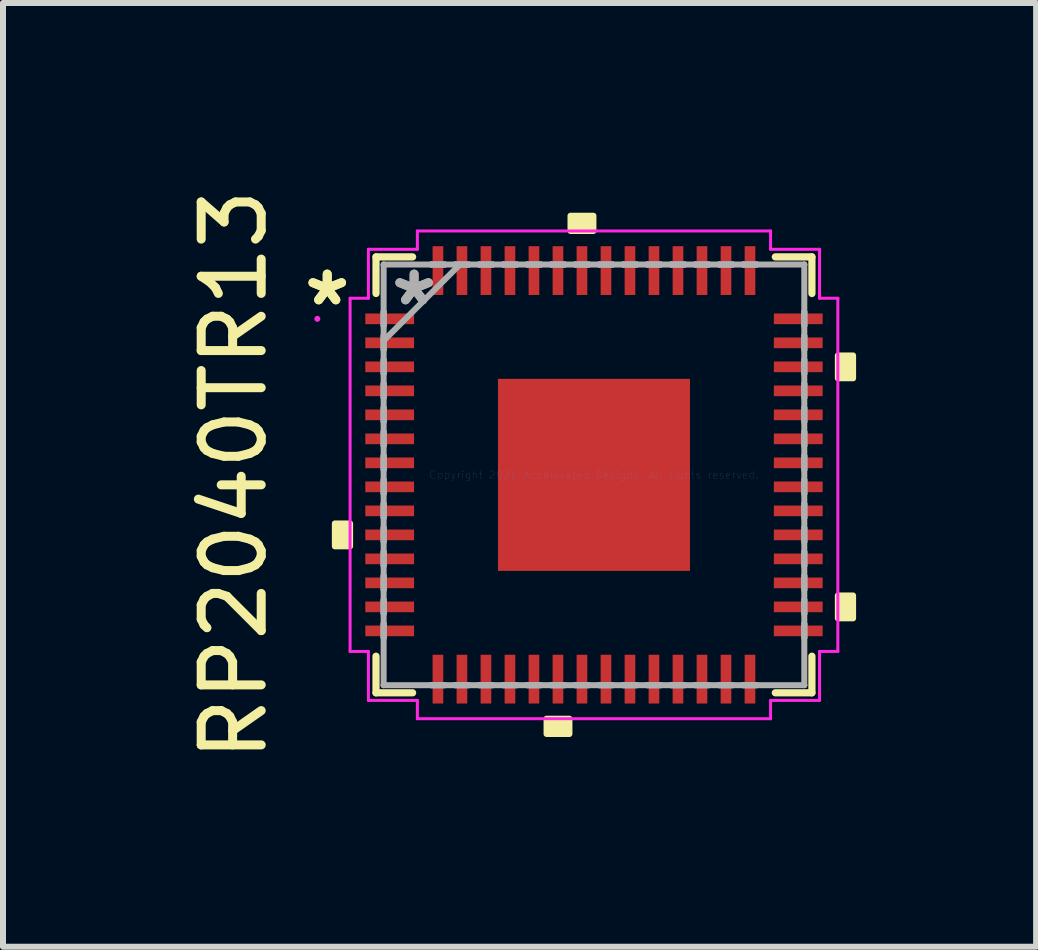
<source format=kicad_pcb>
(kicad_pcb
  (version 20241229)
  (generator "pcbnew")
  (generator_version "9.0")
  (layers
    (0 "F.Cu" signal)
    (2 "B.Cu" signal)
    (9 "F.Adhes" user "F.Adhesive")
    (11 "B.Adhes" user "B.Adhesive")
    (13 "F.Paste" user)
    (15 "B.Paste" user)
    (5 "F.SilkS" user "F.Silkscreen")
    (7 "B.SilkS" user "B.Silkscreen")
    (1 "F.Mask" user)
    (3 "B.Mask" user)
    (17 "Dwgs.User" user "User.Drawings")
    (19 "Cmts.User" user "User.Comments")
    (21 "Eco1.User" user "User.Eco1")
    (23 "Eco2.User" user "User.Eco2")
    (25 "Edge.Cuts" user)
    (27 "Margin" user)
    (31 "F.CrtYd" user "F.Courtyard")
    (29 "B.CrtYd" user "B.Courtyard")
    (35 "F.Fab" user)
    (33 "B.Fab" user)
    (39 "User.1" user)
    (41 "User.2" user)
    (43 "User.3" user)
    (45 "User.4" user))
  (footprint "RP2040TR13"
    (layer "F.Cu")
    (at 6.848 4.863)
    (property "Reference" "RP2040TR13" (at -6 0 90) (layer "F.SilkS") (effects (font (size 1 1) (thickness 0.15))))
    (attr through_hole)
    (fp_line (start -3.632 -3.632) (end -3.632 -3.022) (stroke (width 0.12) (type solid)) (layer "F.SilkS"))
    (fp_line (start -3.632 3.022) (end -3.632 3.632) (stroke (width 0.12) (type solid)) (layer "F.SilkS"))
    (fp_line (start -3.632 3.632) (end -3.022 3.632) (stroke (width 0.12) (type solid)) (layer "F.SilkS"))
    (fp_line (start -3.022 -3.632) (end -3.632 -3.632) (stroke (width 0.12) (type solid)) (layer "F.SilkS"))
    (fp_line (start 3.022 3.632) (end 3.632 3.632) (stroke (width 0.12) (type solid)) (layer "F.SilkS"))
    (fp_line (start 3.632 -3.632) (end 3.022 -3.632) (stroke (width 0.12) (type solid)) (layer "F.SilkS"))
    (fp_line (start 3.632 -3.022) (end 3.632 -3.632) (stroke (width 0.12) (type solid)) (layer "F.SilkS"))
    (fp_line (start 3.632 3.632) (end 3.632 3.022) (stroke (width 0.12) (type solid)) (layer "F.SilkS"))
    (fp_poly (pts (xy -4.318 0.81) (xy -4.318 1.191) (xy -4.064 1.191) (xy -4.064 0.81)) (stroke (width 0.1) (type solid)) (fill yes) (layer "F.SilkS"))
    (fp_poly (pts (xy -0.79 4.064) (xy -0.79 4.318) (xy -0.409 4.318) (xy -0.409 4.064)) (stroke (width 0.1) (type solid)) (fill yes) (layer "F.SilkS"))
    (fp_poly (pts (xy -0.391 -4.064) (xy -0.391 -4.318) (xy -0.009 -4.318) (xy -0.009 -4.064)) (stroke (width 0.1) (type solid)) (fill yes) (layer "F.SilkS"))
    (fp_poly (pts (xy 4.318 -1.99) (xy 4.318 -1.609) (xy 4.064 -1.609) (xy 4.064 -1.99)) (stroke (width 0.1) (type solid)) (fill yes) (layer "F.SilkS"))
    (fp_poly (pts (xy 4.318 2.01) (xy 4.318 2.391) (xy 4.064 2.391) (xy 4.064 2.01)) (stroke (width 0.1) (type solid)) (fill yes) (layer "F.SilkS"))
    (fp_poly (pts (xy -1.5 -1.5) (xy -1.5 -0.1) (xy -0.1 -0.1) (xy -0.1 -1.5)) (stroke (width 0.1) (type solid)) (fill yes) (layer "F.Paste"))
    (fp_poly (pts (xy -1.5 0.1) (xy -1.5 1.5) (xy -0.1 1.5) (xy -0.1 0.1)) (stroke (width 0.1) (type solid)) (fill yes) (layer "F.Paste"))
    (fp_poly (pts (xy 0.1 -1.5) (xy 0.1 -0.1) (xy 1.5 -0.1) (xy 1.5 -1.5)) (stroke (width 0.1) (type solid)) (fill yes) (layer "F.Paste"))
    (fp_poly (pts (xy 0.1 0.1) (xy 0.1 1.5) (xy 1.5 1.5) (xy 1.5 0.1)) (stroke (width 0.1) (type solid)) (fill yes) (layer "F.Paste"))
    (fp_line (start -4.064 -2.943) (end -3.759 -2.943) (stroke (width 0.05) (type solid)) (layer "F.CrtYd"))
    (fp_line (start -4.064 2.943) (end -4.064 -2.943) (stroke (width 0.05) (type solid)) (layer "F.CrtYd"))
    (fp_line (start -3.759 -3.759) (end -2.943 -3.759) (stroke (width 0.05) (type solid)) (layer "F.CrtYd"))
    (fp_line (start -3.759 -2.943) (end -3.759 -3.759) (stroke (width 0.05) (type solid)) (layer "F.CrtYd"))
    (fp_line (start -3.759 2.943) (end -4.064 2.943) (stroke (width 0.05) (type solid)) (layer "F.CrtYd"))
    (fp_line (start -3.759 3.759) (end -3.759 2.943) (stroke (width 0.05) (type solid)) (layer "F.CrtYd"))
    (fp_line (start -2.943 -4.064) (end 2.943 -4.064) (stroke (width 0.05) (type solid)) (layer "F.CrtYd"))
    (fp_line (start -2.943 -3.759) (end -2.943 -4.064) (stroke (width 0.05) (type solid)) (layer "F.CrtYd"))
    (fp_line (start -2.943 3.759) (end -3.759 3.759) (stroke (width 0.05) (type solid)) (layer "F.CrtYd"))
    (fp_line (start -2.943 4.064) (end -2.943 3.759) (stroke (width 0.05) (type solid)) (layer "F.CrtYd"))
    (fp_line (start 2.943 -4.064) (end 2.943 -3.759) (stroke (width 0.05) (type solid)) (layer "F.CrtYd"))
    (fp_line (start 2.943 -3.759) (end 3.759 -3.759) (stroke (width 0.05) (type solid)) (layer "F.CrtYd"))
    (fp_line (start 2.943 3.759) (end 2.943 4.064) (stroke (width 0.05) (type solid)) (layer "F.CrtYd"))
    (fp_line (start 2.943 4.064) (end -2.943 4.064) (stroke (width 0.05) (type solid)) (layer "F.CrtYd"))
    (fp_line (start 3.759 -3.759) (end 3.759 -2.943) (stroke (width 0.05) (type solid)) (layer "F.CrtYd"))
    (fp_line (start 3.759 -2.943) (end 4.064 -2.943) (stroke (width 0.05) (type solid)) (layer "F.CrtYd"))
    (fp_line (start 3.759 2.943) (end 3.759 3.759) (stroke (width 0.05) (type solid)) (layer "F.CrtYd"))
    (fp_line (start 3.759 3.759) (end 2.943 3.759) (stroke (width 0.05) (type solid)) (layer "F.CrtYd"))
    (fp_line (start 4.064 -2.943) (end 4.064 2.943) (stroke (width 0.05) (type solid)) (layer "F.CrtYd"))
    (fp_line (start 4.064 2.943) (end 3.759 2.943) (stroke (width 0.05) (type solid)) (layer "F.CrtYd"))
    (fp_circle (center -4.61 -2.6) (end -4.61 -2.6) (stroke (width 0.05) (type solid)) (fill no) (layer "F.CrtYd"))
    (fp_line (start -3.505 -3.505) (end -3.505 -3.505) (stroke (width 0.1) (type solid)) (layer "F.Fab"))
    (fp_line (start -3.505 -3.505) (end -3.505 3.505) (stroke (width 0.1) (type solid)) (layer "F.Fab"))
    (fp_line (start -3.505 -2.714) (end -3.505 -2.714) (stroke (width 0.1) (type solid)) (layer "F.Fab"))
    (fp_line (start -3.505 -2.714) (end -3.505 -2.486) (stroke (width 0.1) (type solid)) (layer "F.Fab"))
    (fp_line (start -3.505 -2.486) (end -3.505 -2.714) (stroke (width 0.1) (type solid)) (layer "F.Fab"))
    (fp_line (start -3.505 -2.486) (end -3.505 -2.486) (stroke (width 0.1) (type solid)) (layer "F.Fab"))
    (fp_line (start -3.505 -2.314) (end -3.505 -2.314) (stroke (width 0.1) (type solid)) (layer "F.Fab"))
    (fp_line (start -3.505 -2.314) (end -3.505 -2.086) (stroke (width 0.1) (type solid)) (layer "F.Fab"))
    (fp_line (start -3.505 -2.235) (end -2.235 -3.505) (stroke (width 0.1) (type solid)) (layer "F.Fab"))
    (fp_line (start -3.505 -2.086) (end -3.505 -2.314) (stroke (width 0.1) (type solid)) (layer "F.Fab"))
    (fp_line (start -3.505 -2.086) (end -3.505 -2.086) (stroke (width 0.1) (type solid)) (layer "F.Fab"))
    (fp_line (start -3.505 -1.914) (end -3.505 -1.914) (stroke (width 0.1) (type solid)) (layer "F.Fab"))
    (fp_line (start -3.505 -1.914) (end -3.505 -1.686) (stroke (width 0.1) (type solid)) (layer "F.Fab"))
    (fp_line (start -3.505 -1.686) (end -3.505 -1.914) (stroke (width 0.1) (type solid)) (layer "F.Fab"))
    (fp_line (start -3.505 -1.686) (end -3.505 -1.686) (stroke (width 0.1) (type solid)) (layer "F.Fab"))
    (fp_line (start -3.505 -1.514) (end -3.505 -1.514) (stroke (width 0.1) (type solid)) (layer "F.Fab"))
    (fp_line (start -3.505 -1.514) (end -3.505 -1.286) (stroke (width 0.1) (type solid)) (layer "F.Fab"))
    (fp_line (start -3.505 -1.286) (end -3.505 -1.514) (stroke (width 0.1) (type solid)) (layer "F.Fab"))
    (fp_line (start -3.505 -1.286) (end -3.505 -1.286) (stroke (width 0.1) (type solid)) (layer "F.Fab"))
    (fp_line (start -3.505 -1.114) (end -3.505 -1.114) (stroke (width 0.1) (type solid)) (layer "F.Fab"))
    (fp_line (start -3.505 -1.114) (end -3.505 -0.886) (stroke (width 0.1) (type solid)) (layer "F.Fab"))
    (fp_line (start -3.505 -0.886) (end -3.505 -1.114) (stroke (width 0.1) (type solid)) (layer "F.Fab"))
    (fp_line (start -3.505 -0.886) (end -3.505 -0.886) (stroke (width 0.1) (type solid)) (layer "F.Fab"))
    (fp_line (start -3.505 -0.714) (end -3.505 -0.714) (stroke (width 0.1) (type solid)) (layer "F.Fab"))
    (fp_line (start -3.505 -0.714) (end -3.505 -0.486) (stroke (width 0.1) (type solid)) (layer "F.Fab"))
    (fp_line (start -3.505 -0.486) (end -3.505 -0.714) (stroke (width 0.1) (type solid)) (layer "F.Fab"))
    (fp_line (start -3.505 -0.486) (end -3.505 -0.486) (stroke (width 0.1) (type solid)) (layer "F.Fab"))
    (fp_line (start -3.505 -0.314) (end -3.505 -0.314) (stroke (width 0.1) (type solid)) (layer "F.Fab"))
    (fp_line (start -3.505 -0.314) (end -3.505 -0.086) (stroke (width 0.1) (type solid)) (layer "F.Fab"))
    (fp_line (start -3.505 -0.086) (end -3.505 -0.314) (stroke (width 0.1) (type solid)) (layer "F.Fab"))
    (fp_line (start -3.505 -0.086) (end -3.505 -0.086) (stroke (width 0.1) (type solid)) (layer "F.Fab"))
    (fp_line (start -3.505 0.086) (end -3.505 0.086) (stroke (width 0.1) (type solid)) (layer "F.Fab"))
    (fp_line (start -3.505 0.086) (end -3.505 0.314) (stroke (width 0.1) (type solid)) (layer "F.Fab"))
    (fp_line (start -3.505 0.314) (end -3.505 0.086) (stroke (width 0.1) (type solid)) (layer "F.Fab"))
    (fp_line (start -3.505 0.314) (end -3.505 0.314) (stroke (width 0.1) (type solid)) (layer "F.Fab"))
    (fp_line (start -3.505 0.486) (end -3.505 0.486) (stroke (width 0.1) (type solid)) (layer "F.Fab"))
    (fp_line (start -3.505 0.486) (end -3.505 0.714) (stroke (width 0.1) (type solid)) (layer "F.Fab"))
    (fp_line (start -3.505 0.714) (end -3.505 0.486) (stroke (width 0.1) (type solid)) (layer "F.Fab"))
    (fp_line (start -3.505 0.714) (end -3.505 0.714) (stroke (width 0.1) (type solid)) (layer "F.Fab"))
    (fp_line (start -3.505 0.886) (end -3.505 0.886) (stroke (width 0.1) (type solid)) (layer "F.Fab"))
    (fp_line (start -3.505 0.886) (end -3.505 1.114) (stroke (width 0.1) (type solid)) (layer "F.Fab"))
    (fp_line (start -3.505 1.114) (end -3.505 0.886) (stroke (width 0.1) (type solid)) (layer "F.Fab"))
    (fp_line (start -3.505 1.114) (end -3.505 1.114) (stroke (width 0.1) (type solid)) (layer "F.Fab"))
    (fp_line (start -3.505 1.286) (end -3.505 1.286) (stroke (width 0.1) (type solid)) (layer "F.Fab"))
    (fp_line (start -3.505 1.286) (end -3.505 1.514) (stroke (width 0.1) (type solid)) (layer "F.Fab"))
    (fp_line (start -3.505 1.514) (end -3.505 1.286) (stroke (width 0.1) (type solid)) (layer "F.Fab"))
    (fp_line (start -3.505 1.514) (end -3.505 1.514) (stroke (width 0.1) (type solid)) (layer "F.Fab"))
    (fp_line (start -3.505 1.686) (end -3.505 1.686) (stroke (width 0.1) (type solid)) (layer "F.Fab"))
    (fp_line (start -3.505 1.686) (end -3.505 1.914) (stroke (width 0.1) (type solid)) (layer "F.Fab"))
    (fp_line (start -3.505 1.914) (end -3.505 1.686) (stroke (width 0.1) (type solid)) (layer "F.Fab"))
    (fp_line (start -3.505 1.914) (end -3.505 1.914) (stroke (width 0.1) (type solid)) (layer "F.Fab"))
    (fp_line (start -3.505 2.086) (end -3.505 2.086) (stroke (width 0.1) (type solid)) (layer "F.Fab"))
    (fp_line (start -3.505 2.086) (end -3.505 2.314) (stroke (width 0.1) (type solid)) (layer "F.Fab"))
    (fp_line (start -3.505 2.314) (end -3.505 2.086) (stroke (width 0.1) (type solid)) (layer "F.Fab"))
    (fp_line (start -3.505 2.314) (end -3.505 2.314) (stroke (width 0.1) (type solid)) (layer "F.Fab"))
    (fp_line (start -3.505 2.486) (end -3.505 2.486) (stroke (width 0.1) (type solid)) (layer "F.Fab"))
    (fp_line (start -3.505 2.486) (end -3.505 2.714) (stroke (width 0.1) (type solid)) (layer "F.Fab"))
    (fp_line (start -3.505 2.714) (end -3.505 2.486) (stroke (width 0.1) (type solid)) (layer "F.Fab"))
    (fp_line (start -3.505 2.714) (end -3.505 2.714) (stroke (width 0.1) (type solid)) (layer "F.Fab"))
    (fp_line (start -3.505 3.505) (end -3.505 3.505) (stroke (width 0.1) (type solid)) (layer "F.Fab"))
    (fp_line (start -3.505 3.505) (end 3.505 3.505) (stroke (width 0.1) (type solid)) (layer "F.Fab"))
    (fp_line (start -2.714 -3.505) (end -2.714 -3.505) (stroke (width 0.1) (type solid)) (layer "F.Fab"))
    (fp_line (start -2.714 -3.505) (end -2.486 -3.505) (stroke (width 0.1) (type solid)) (layer "F.Fab"))
    (fp_line (start -2.714 3.505) (end -2.714 3.505) (stroke (width 0.1) (type solid)) (layer "F.Fab"))
    (fp_line (start -2.714 3.505) (end -2.486 3.505) (stroke (width 0.1) (type solid)) (layer "F.Fab"))
    (fp_line (start -2.486 -3.505) (end -2.714 -3.505) (stroke (width 0.1) (type solid)) (layer "F.Fab"))
    (fp_line (start -2.486 -3.505) (end -2.486 -3.505) (stroke (width 0.1) (type solid)) (layer "F.Fab"))
    (fp_line (start -2.486 3.505) (end -2.714 3.505) (stroke (width 0.1) (type solid)) (layer "F.Fab"))
    (fp_line (start -2.486 3.505) (end -2.486 3.505) (stroke (width 0.1) (type solid)) (layer "F.Fab"))
    (fp_line (start -2.314 -3.505) (end -2.314 -3.505) (stroke (width 0.1) (type solid)) (layer "F.Fab"))
    (fp_line (start -2.314 -3.505) (end -2.086 -3.505) (stroke (width 0.1) (type solid)) (layer "F.Fab"))
    (fp_line (start -2.314 3.505) (end -2.314 3.505) (stroke (width 0.1) (type solid)) (layer "F.Fab"))
    (fp_line (start -2.314 3.505) (end -2.086 3.505) (stroke (width 0.1) (type solid)) (layer "F.Fab"))
    (fp_line (start -2.086 -3.505) (end -2.314 -3.505) (stroke (width 0.1) (type solid)) (layer "F.Fab"))
    (fp_line (start -2.086 -3.505) (end -2.086 -3.505) (stroke (width 0.1) (type solid)) (layer "F.Fab"))
    (fp_line (start -2.086 3.505) (end -2.314 3.505) (stroke (width 0.1) (type solid)) (layer "F.Fab"))
    (fp_line (start -2.086 3.505) (end -2.086 3.505) (stroke (width 0.1) (type solid)) (layer "F.Fab"))
    (fp_line (start -1.914 -3.505) (end -1.914 -3.505) (stroke (width 0.1) (type solid)) (layer "F.Fab"))
    (fp_line (start -1.914 -3.505) (end -1.686 -3.505) (stroke (width 0.1) (type solid)) (layer "F.Fab"))
    (fp_line (start -1.914 3.505) (end -1.914 3.505) (stroke (width 0.1) (type solid)) (layer "F.Fab"))
    (fp_line (start -1.914 3.505) (end -1.686 3.505) (stroke (width 0.1) (type solid)) (layer "F.Fab"))
    (fp_line (start -1.686 -3.505) (end -1.914 -3.505) (stroke (width 0.1) (type solid)) (layer "F.Fab"))
    (fp_line (start -1.686 -3.505) (end -1.686 -3.505) (stroke (width 0.1) (type solid)) (layer "F.Fab"))
    (fp_line (start -1.686 3.505) (end -1.914 3.505) (stroke (width 0.1) (type solid)) (layer "F.Fab"))
    (fp_line (start -1.686 3.505) (end -1.686 3.505) (stroke (width 0.1) (type solid)) (layer "F.Fab"))
    (fp_line (start -1.514 -3.505) (end -1.514 -3.505) (stroke (width 0.1) (type solid)) (layer "F.Fab"))
    (fp_line (start -1.514 -3.505) (end -1.286 -3.505) (stroke (width 0.1) (type solid)) (layer "F.Fab"))
    (fp_line (start -1.514 3.505) (end -1.514 3.505) (stroke (width 0.1) (type solid)) (layer "F.Fab"))
    (fp_line (start -1.514 3.505) (end -1.286 3.505) (stroke (width 0.1) (type solid)) (layer "F.Fab"))
    (fp_line (start -1.286 -3.505) (end -1.514 -3.505) (stroke (width 0.1) (type solid)) (layer "F.Fab"))
    (fp_line (start -1.286 -3.505) (end -1.286 -3.505) (stroke (width 0.1) (type solid)) (layer "F.Fab"))
    (fp_line (start -1.286 3.505) (end -1.514 3.505) (stroke (width 0.1) (type solid)) (layer "F.Fab"))
    (fp_line (start -1.286 3.505) (end -1.286 3.505) (stroke (width 0.1) (type solid)) (layer "F.Fab"))
    (fp_line (start -1.114 -3.505) (end -1.114 -3.505) (stroke (width 0.1) (type solid)) (layer "F.Fab"))
    (fp_line (start -1.114 -3.505) (end -0.886 -3.505) (stroke (width 0.1) (type solid)) (layer "F.Fab"))
    (fp_line (start -1.114 3.505) (end -1.114 3.505) (stroke (width 0.1) (type solid)) (layer "F.Fab"))
    (fp_line (start -1.114 3.505) (end -0.886 3.505) (stroke (width 0.1) (type solid)) (layer "F.Fab"))
    (fp_line (start -0.886 -3.505) (end -1.114 -3.505) (stroke (width 0.1) (type solid)) (layer "F.Fab"))
    (fp_line (start -0.886 -3.505) (end -0.886 -3.505) (stroke (width 0.1) (type solid)) (layer "F.Fab"))
    (fp_line (start -0.886 3.505) (end -1.114 3.505) (stroke (width 0.1) (type solid)) (layer "F.Fab"))
    (fp_line (start -0.886 3.505) (end -0.886 3.505) (stroke (width 0.1) (type solid)) (layer "F.Fab"))
    (fp_line (start -0.714 -3.505) (end -0.714 -3.505) (stroke (width 0.1) (type solid)) (layer "F.Fab"))
    (fp_line (start -0.714 -3.505) (end -0.486 -3.505) (stroke (width 0.1) (type solid)) (layer "F.Fab"))
    (fp_line (start -0.714 3.505) (end -0.714 3.505) (stroke (width 0.1) (type solid)) (layer "F.Fab"))
    (fp_line (start -0.714 3.505) (end -0.486 3.505) (stroke (width 0.1) (type solid)) (layer "F.Fab"))
    (fp_line (start -0.486 -3.505) (end -0.714 -3.505) (stroke (width 0.1) (type solid)) (layer "F.Fab"))
    (fp_line (start -0.486 -3.505) (end -0.486 -3.505) (stroke (width 0.1) (type solid)) (layer "F.Fab"))
    (fp_line (start -0.486 3.505) (end -0.714 3.505) (stroke (width 0.1) (type solid)) (layer "F.Fab"))
    (fp_line (start -0.486 3.505) (end -0.486 3.505) (stroke (width 0.1) (type solid)) (layer "F.Fab"))
    (fp_line (start -0.314 -3.505) (end -0.314 -3.505) (stroke (width 0.1) (type solid)) (layer "F.Fab"))
    (fp_line (start -0.314 -3.505) (end -0.086 -3.505) (stroke (width 0.1) (type solid)) (layer "F.Fab"))
    (fp_line (start -0.314 3.505) (end -0.314 3.505) (stroke (width 0.1) (type solid)) (layer "F.Fab"))
    (fp_line (start -0.314 3.505) (end -0.086 3.505) (stroke (width 0.1) (type solid)) (layer "F.Fab"))
    (fp_line (start -0.086 -3.505) (end -0.314 -3.505) (stroke (width 0.1) (type solid)) (layer "F.Fab"))
    (fp_line (start -0.086 -3.505) (end -0.086 -3.505) (stroke (width 0.1) (type solid)) (layer "F.Fab"))
    (fp_line (start -0.086 3.505) (end -0.314 3.505) (stroke (width 0.1) (type solid)) (layer "F.Fab"))
    (fp_line (start -0.086 3.505) (end -0.086 3.505) (stroke (width 0.1) (type solid)) (layer "F.Fab"))
    (fp_line (start 0.086 -3.505) (end 0.086 -3.505) (stroke (width 0.1) (type solid)) (layer "F.Fab"))
    (fp_line (start 0.086 -3.505) (end 0.314 -3.505) (stroke (width 0.1) (type solid)) (layer "F.Fab"))
    (fp_line (start 0.086 3.505) (end 0.086 3.505) (stroke (width 0.1) (type solid)) (layer "F.Fab"))
    (fp_line (start 0.086 3.505) (end 0.314 3.505) (stroke (width 0.1) (type solid)) (layer "F.Fab"))
    (fp_line (start 0.314 -3.505) (end 0.086 -3.505) (stroke (width 0.1) (type solid)) (layer "F.Fab"))
    (fp_line (start 0.314 -3.505) (end 0.314 -3.505) (stroke (width 0.1) (type solid)) (layer "F.Fab"))
    (fp_line (start 0.314 3.505) (end 0.086 3.505) (stroke (width 0.1) (type solid)) (layer "F.Fab"))
    (fp_line (start 0.314 3.505) (end 0.314 3.505) (stroke (width 0.1) (type solid)) (layer "F.Fab"))
    (fp_line (start 0.486 -3.505) (end 0.486 -3.505) (stroke (width 0.1) (type solid)) (layer "F.Fab"))
    (fp_line (start 0.486 -3.505) (end 0.714 -3.505) (stroke (width 0.1) (type solid)) (layer "F.Fab"))
    (fp_line (start 0.486 3.505) (end 0.486 3.505) (stroke (width 0.1) (type solid)) (layer "F.Fab"))
    (fp_line (start 0.486 3.505) (end 0.714 3.505) (stroke (width 0.1) (type solid)) (layer "F.Fab"))
    (fp_line (start 0.714 -3.505) (end 0.486 -3.505) (stroke (width 0.1) (type solid)) (layer "F.Fab"))
    (fp_line (start 0.714 -3.505) (end 0.714 -3.505) (stroke (width 0.1) (type solid)) (layer "F.Fab"))
    (fp_line (start 0.714 3.505) (end 0.486 3.505) (stroke (width 0.1) (type solid)) (layer "F.Fab"))
    (fp_line (start 0.714 3.505) (end 0.714 3.505) (stroke (width 0.1) (type solid)) (layer "F.Fab"))
    (fp_line (start 0.886 -3.505) (end 0.886 -3.505) (stroke (width 0.1) (type solid)) (layer "F.Fab"))
    (fp_line (start 0.886 -3.505) (end 1.114 -3.505) (stroke (width 0.1) (type solid)) (layer "F.Fab"))
    (fp_line (start 0.886 3.505) (end 0.886 3.505) (stroke (width 0.1) (type solid)) (layer "F.Fab"))
    (fp_line (start 0.886 3.505) (end 1.114 3.505) (stroke (width 0.1) (type solid)) (layer "F.Fab"))
    (fp_line (start 1.114 -3.505) (end 0.886 -3.505) (stroke (width 0.1) (type solid)) (layer "F.Fab"))
    (fp_line (start 1.114 -3.505) (end 1.114 -3.505) (stroke (width 0.1) (type solid)) (layer "F.Fab"))
    (fp_line (start 1.114 3.505) (end 0.886 3.505) (stroke (width 0.1) (type solid)) (layer "F.Fab"))
    (fp_line (start 1.114 3.505) (end 1.114 3.505) (stroke (width 0.1) (type solid)) (layer "F.Fab"))
    (fp_line (start 1.286 -3.505) (end 1.286 -3.505) (stroke (width 0.1) (type solid)) (layer "F.Fab"))
    (fp_line (start 1.286 -3.505) (end 1.514 -3.505) (stroke (width 0.1) (type solid)) (layer "F.Fab"))
    (fp_line (start 1.286 3.505) (end 1.286 3.505) (stroke (width 0.1) (type solid)) (layer "F.Fab"))
    (fp_line (start 1.286 3.505) (end 1.514 3.505) (stroke (width 0.1) (type solid)) (layer "F.Fab"))
    (fp_line (start 1.514 -3.505) (end 1.286 -3.505) (stroke (width 0.1) (type solid)) (layer "F.Fab"))
    (fp_line (start 1.514 -3.505) (end 1.514 -3.505) (stroke (width 0.1) (type solid)) (layer "F.Fab"))
    (fp_line (start 1.514 3.505) (end 1.286 3.505) (stroke (width 0.1) (type solid)) (layer "F.Fab"))
    (fp_line (start 1.514 3.505) (end 1.514 3.505) (stroke (width 0.1) (type solid)) (layer "F.Fab"))
    (fp_line (start 1.686 -3.505) (end 1.686 -3.505) (stroke (width 0.1) (type solid)) (layer "F.Fab"))
    (fp_line (start 1.686 -3.505) (end 1.914 -3.505) (stroke (width 0.1) (type solid)) (layer "F.Fab"))
    (fp_line (start 1.686 3.505) (end 1.686 3.505) (stroke (width 0.1) (type solid)) (layer "F.Fab"))
    (fp_line (start 1.686 3.505) (end 1.914 3.505) (stroke (width 0.1) (type solid)) (layer "F.Fab"))
    (fp_line (start 1.914 -3.505) (end 1.686 -3.505) (stroke (width 0.1) (type solid)) (layer "F.Fab"))
    (fp_line (start 1.914 -3.505) (end 1.914 -3.505) (stroke (width 0.1) (type solid)) (layer "F.Fab"))
    (fp_line (start 1.914 3.505) (end 1.686 3.505) (stroke (width 0.1) (type solid)) (layer "F.Fab"))
    (fp_line (start 1.914 3.505) (end 1.914 3.505) (stroke (width 0.1) (type solid)) (layer "F.Fab"))
    (fp_line (start 2.086 -3.505) (end 2.086 -3.505) (stroke (width 0.1) (type solid)) (layer "F.Fab"))
    (fp_line (start 2.086 -3.505) (end 2.314 -3.505) (stroke (width 0.1) (type solid)) (layer "F.Fab"))
    (fp_line (start 2.086 3.505) (end 2.086 3.505) (stroke (width 0.1) (type solid)) (layer "F.Fab"))
    (fp_line (start 2.086 3.505) (end 2.314 3.505) (stroke (width 0.1) (type solid)) (layer "F.Fab"))
    (fp_line (start 2.314 -3.505) (end 2.086 -3.505) (stroke (width 0.1) (type solid)) (layer "F.Fab"))
    (fp_line (start 2.314 -3.505) (end 2.314 -3.505) (stroke (width 0.1) (type solid)) (layer "F.Fab"))
    (fp_line (start 2.314 3.505) (end 2.086 3.505) (stroke (width 0.1) (type solid)) (layer "F.Fab"))
    (fp_line (start 2.314 3.505) (end 2.314 3.505) (stroke (width 0.1) (type solid)) (layer "F.Fab"))
    (fp_line (start 2.486 -3.505) (end 2.486 -3.505) (stroke (width 0.1) (type solid)) (layer "F.Fab"))
    (fp_line (start 2.486 -3.505) (end 2.714 -3.505) (stroke (width 0.1) (type solid)) (layer "F.Fab"))
    (fp_line (start 2.486 3.505) (end 2.486 3.505) (stroke (width 0.1) (type solid)) (layer "F.Fab"))
    (fp_line (start 2.486 3.505) (end 2.714 3.505) (stroke (width 0.1) (type solid)) (layer "F.Fab"))
    (fp_line (start 2.714 -3.505) (end 2.486 -3.505) (stroke (width 0.1) (type solid)) (layer "F.Fab"))
    (fp_line (start 2.714 -3.505) (end 2.714 -3.505) (stroke (width 0.1) (type solid)) (layer "F.Fab"))
    (fp_line (start 2.714 3.505) (end 2.486 3.505) (stroke (width 0.1) (type solid)) (layer "F.Fab"))
    (fp_line (start 2.714 3.505) (end 2.714 3.505) (stroke (width 0.1) (type solid)) (layer "F.Fab"))
    (fp_line (start 3.505 -3.505) (end -3.505 -3.505) (stroke (width 0.1) (type solid)) (layer "F.Fab"))
    (fp_line (start 3.505 -3.505) (end 3.505 -3.505) (stroke (width 0.1) (type solid)) (layer "F.Fab"))
    (fp_line (start 3.505 -2.714) (end 3.505 -2.714) (stroke (width 0.1) (type solid)) (layer "F.Fab"))
    (fp_line (start 3.505 -2.714) (end 3.505 -2.486) (stroke (width 0.1) (type solid)) (layer "F.Fab"))
    (fp_line (start 3.505 -2.486) (end 3.505 -2.714) (stroke (width 0.1) (type solid)) (layer "F.Fab"))
    (fp_line (start 3.505 -2.486) (end 3.505 -2.486) (stroke (width 0.1) (type solid)) (layer "F.Fab"))
    (fp_line (start 3.505 -2.314) (end 3.505 -2.314) (stroke (width 0.1) (type solid)) (layer "F.Fab"))
    (fp_line (start 3.505 -2.314) (end 3.505 -2.086) (stroke (width 0.1) (type solid)) (layer "F.Fab"))
    (fp_line (start 3.505 -2.086) (end 3.505 -2.314) (stroke (width 0.1) (type solid)) (layer "F.Fab"))
    (fp_line (start 3.505 -2.086) (end 3.505 -2.086) (stroke (width 0.1) (type solid)) (layer "F.Fab"))
    (fp_line (start 3.505 -1.914) (end 3.505 -1.914) (stroke (width 0.1) (type solid)) (layer "F.Fab"))
    (fp_line (start 3.505 -1.914) (end 3.505 -1.686) (stroke (width 0.1) (type solid)) (layer "F.Fab"))
    (fp_line (start 3.505 -1.686) (end 3.505 -1.914) (stroke (width 0.1) (type solid)) (layer "F.Fab"))
    (fp_line (start 3.505 -1.686) (end 3.505 -1.686) (stroke (width 0.1) (type solid)) (layer "F.Fab"))
    (fp_line (start 3.505 -1.514) (end 3.505 -1.514) (stroke (width 0.1) (type solid)) (layer "F.Fab"))
    (fp_line (start 3.505 -1.514) (end 3.505 -1.286) (stroke (width 0.1) (type solid)) (layer "F.Fab"))
    (fp_line (start 3.505 -1.286) (end 3.505 -1.514) (stroke (width 0.1) (type solid)) (layer "F.Fab"))
    (fp_line (start 3.505 -1.286) (end 3.505 -1.286) (stroke (width 0.1) (type solid)) (layer "F.Fab"))
    (fp_line (start 3.505 -1.114) (end 3.505 -1.114) (stroke (width 0.1) (type solid)) (layer "F.Fab"))
    (fp_line (start 3.505 -1.114) (end 3.505 -0.886) (stroke (width 0.1) (type solid)) (layer "F.Fab"))
    (fp_line (start 3.505 -0.886) (end 3.505 -1.114) (stroke (width 0.1) (type solid)) (layer "F.Fab"))
    (fp_line (start 3.505 -0.886) (end 3.505 -0.886) (stroke (width 0.1) (type solid)) (layer "F.Fab"))
    (fp_line (start 3.505 -0.714) (end 3.505 -0.714) (stroke (width 0.1) (type solid)) (layer "F.Fab"))
    (fp_line (start 3.505 -0.714) (end 3.505 -0.486) (stroke (width 0.1) (type solid)) (layer "F.Fab"))
    (fp_line (start 3.505 -0.486) (end 3.505 -0.714) (stroke (width 0.1) (type solid)) (layer "F.Fab"))
    (fp_line (start 3.505 -0.486) (end 3.505 -0.486) (stroke (width 0.1) (type solid)) (layer "F.Fab"))
    (fp_line (start 3.505 -0.314) (end 3.505 -0.314) (stroke (width 0.1) (type solid)) (layer "F.Fab"))
    (fp_line (start 3.505 -0.314) (end 3.505 -0.086) (stroke (width 0.1) (type solid)) (layer "F.Fab"))
    (fp_line (start 3.505 -0.086) (end 3.505 -0.314) (stroke (width 0.1) (type solid)) (layer "F.Fab"))
    (fp_line (start 3.505 -0.086) (end 3.505 -0.086) (stroke (width 0.1) (type solid)) (layer "F.Fab"))
    (fp_line (start 3.505 0.086) (end 3.505 0.086) (stroke (width 0.1) (type solid)) (layer "F.Fab"))
    (fp_line (start 3.505 0.086) (end 3.505 0.314) (stroke (width 0.1) (type solid)) (layer "F.Fab"))
    (fp_line (start 3.505 0.314) (end 3.505 0.086) (stroke (width 0.1) (type solid)) (layer "F.Fab"))
    (fp_line (start 3.505 0.314) (end 3.505 0.314) (stroke (width 0.1) (type solid)) (layer "F.Fab"))
    (fp_line (start 3.505 0.486) (end 3.505 0.486) (stroke (width 0.1) (type solid)) (layer "F.Fab"))
    (fp_line (start 3.505 0.486) (end 3.505 0.714) (stroke (width 0.1) (type solid)) (layer "F.Fab"))
    (fp_line (start 3.505 0.714) (end 3.505 0.486) (stroke (width 0.1) (type solid)) (layer "F.Fab"))
    (fp_line (start 3.505 0.714) (end 3.505 0.714) (stroke (width 0.1) (type solid)) (layer "F.Fab"))
    (fp_line (start 3.505 0.886) (end 3.505 0.886) (stroke (width 0.1) (type solid)) (layer "F.Fab"))
    (fp_line (start 3.505 0.886) (end 3.505 1.114) (stroke (width 0.1) (type solid)) (layer "F.Fab"))
    (fp_line (start 3.505 1.114) (end 3.505 0.886) (stroke (width 0.1) (type solid)) (layer "F.Fab"))
    (fp_line (start 3.505 1.114) (end 3.505 1.114) (stroke (width 0.1) (type solid)) (layer "F.Fab"))
    (fp_line (start 3.505 1.286) (end 3.505 1.286) (stroke (width 0.1) (type solid)) (layer "F.Fab"))
    (fp_line (start 3.505 1.286) (end 3.505 1.514) (stroke (width 0.1) (type solid)) (layer "F.Fab"))
    (fp_line (start 3.505 1.514) (end 3.505 1.286) (stroke (width 0.1) (type solid)) (layer "F.Fab"))
    (fp_line (start 3.505 1.514) (end 3.505 1.514) (stroke (width 0.1) (type solid)) (layer "F.Fab"))
    (fp_line (start 3.505 1.686) (end 3.505 1.686) (stroke (width 0.1) (type solid)) (layer "F.Fab"))
    (fp_line (start 3.505 1.686) (end 3.505 1.914) (stroke (width 0.1) (type solid)) (layer "F.Fab"))
    (fp_line (start 3.505 1.914) (end 3.505 1.686) (stroke (width 0.1) (type solid)) (layer "F.Fab"))
    (fp_line (start 3.505 1.914) (end 3.505 1.914) (stroke (width 0.1) (type solid)) (layer "F.Fab"))
    (fp_line (start 3.505 2.086) (end 3.505 2.086) (stroke (width 0.1) (type solid)) (layer "F.Fab"))
    (fp_line (start 3.505 2.086) (end 3.505 2.314) (stroke (width 0.1) (type solid)) (layer "F.Fab"))
    (fp_line (start 3.505 2.314) (end 3.505 2.086) (stroke (width 0.1) (type solid)) (layer "F.Fab"))
    (fp_line (start 3.505 2.314) (end 3.505 2.314) (stroke (width 0.1) (type solid)) (layer "F.Fab"))
    (fp_line (start 3.505 2.486) (end 3.505 2.486) (stroke (width 0.1) (type solid)) (layer "F.Fab"))
    (fp_line (start 3.505 2.486) (end 3.505 2.714) (stroke (width 0.1) (type solid)) (layer "F.Fab"))
    (fp_line (start 3.505 2.714) (end 3.505 2.486) (stroke (width 0.1) (type solid)) (layer "F.Fab"))
    (fp_line (start 3.505 2.714) (end 3.505 2.714) (stroke (width 0.1) (type solid)) (layer "F.Fab"))
    (fp_line (start 3.505 3.505) (end 3.505 -3.505) (stroke (width 0.1) (type solid)) (layer "F.Fab"))
    (fp_line (start 3.505 3.505) (end 3.505 3.505) (stroke (width 0.1) (type solid)) (layer "F.Fab"))
    (fp_text user "*" (at -4.445 -2.8 0) (layer "F.SilkS") (effects (font (size 1 1) (thickness 0.15))))
    (fp_text user "*" (at -4.445 -2.8 0) (layer "F.SilkS") (effects (font (size 1 1) (thickness 0.15))))
    (fp_text user "Copyright 2021 Accelerated Designs. All rights reserved." (at 0 0 0) (layer "Cmts.User") (effects (font (size 0.127 0.127) (thickness 0.002))))
    (fp_text user "*" (at -2.997 -2.8 0) (layer "F.Fab") (effects (font (size 1 1) (thickness 0.15))))
    (fp_text user "*" (at -2.997 -2.8 0) (layer "F.Fab") (effects (font (size 1 1) (thickness 0.15))))
    (pad "1" smd rect (at -3.404 -2.6 270) (size 0.178 0.813) (layers "F.Cu" "F.Mask" "F.Paste"))
    (pad "2" smd rect (at -3.404 -2.2 270) (size 0.178 0.813) (layers "F.Cu" "F.Mask" "F.Paste"))
    (pad "3" smd rect (at -3.404 -1.8 270) (size 0.178 0.813) (layers "F.Cu" "F.Mask" "F.Paste"))
    (pad "4" smd rect (at -3.404 -1.4 270) (size 0.178 0.813) (layers "F.Cu" "F.Mask" "F.Paste"))
    (pad "5" smd rect (at -3.404 -1 270) (size 0.178 0.813) (layers "F.Cu" "F.Mask" "F.Paste"))
    (pad "6" smd rect (at -3.404 -0.6 270) (size 0.178 0.813) (layers "F.Cu" "F.Mask" "F.Paste"))
    (pad "7" smd rect (at -3.404 -0.2 270) (size 0.178 0.813) (layers "F.Cu" "F.Mask" "F.Paste"))
    (pad "8" smd rect (at -3.404 0.2 270) (size 0.178 0.813) (layers "F.Cu" "F.Mask" "F.Paste"))
    (pad "9" smd rect (at -3.404 0.6 270) (size 0.178 0.813) (layers "F.Cu" "F.Mask" "F.Paste"))
    (pad "10" smd rect (at -3.404 1 270) (size 0.178 0.813) (layers "F.Cu" "F.Mask" "F.Paste"))
    (pad "11" smd rect (at -3.404 1.4 270) (size 0.178 0.813) (layers "F.Cu" "F.Mask" "F.Paste"))
    (pad "12" smd rect (at -3.404 1.8 270) (size 0.178 0.813) (layers "F.Cu" "F.Mask" "F.Paste"))
    (pad "13" smd rect (at -3.404 2.2 270) (size 0.178 0.813) (layers "F.Cu" "F.Mask" "F.Paste"))
    (pad "14" smd rect (at -3.404 2.6 270) (size 0.178 0.813) (layers "F.Cu" "F.Mask" "F.Paste"))
    (pad "15" smd rect (at -2.6 3.404 180) (size 0.178 0.813) (layers "F.Cu" "F.Mask" "F.Paste"))
    (pad "16" smd rect (at -2.2 3.404 180) (size 0.178 0.813) (layers "F.Cu" "F.Mask" "F.Paste"))
    (pad "17" smd rect (at -1.8 3.404 180) (size 0.178 0.813) (layers "F.Cu" "F.Mask" "F.Paste"))
    (pad "18" smd rect (at -1.4 3.404 180) (size 0.178 0.813) (layers "F.Cu" "F.Mask" "F.Paste"))
    (pad "19" smd rect (at -1 3.404 180) (size 0.178 0.813) (layers "F.Cu" "F.Mask" "F.Paste"))
    (pad "20" smd rect (at -0.6 3.404 180) (size 0.178 0.813) (layers "F.Cu" "F.Mask" "F.Paste"))
    (pad "21" smd rect (at -0.2 3.404 180) (size 0.178 0.813) (layers "F.Cu" "F.Mask" "F.Paste"))
    (pad "22" smd rect (at 0.2 3.404 180) (size 0.178 0.813) (layers "F.Cu" "F.Mask" "F.Paste"))
    (pad "23" smd rect (at 0.6 3.404 180) (size 0.178 0.813) (layers "F.Cu" "F.Mask" "F.Paste"))
    (pad "24" smd rect (at 1 3.404 180) (size 0.178 0.813) (layers "F.Cu" "F.Mask" "F.Paste"))
    (pad "25" smd rect (at 1.4 3.404 180) (size 0.178 0.813) (layers "F.Cu" "F.Mask" "F.Paste"))
    (pad "26" smd rect (at 1.8 3.404 180) (size 0.178 0.813) (layers "F.Cu" "F.Mask" "F.Paste"))
    (pad "27" smd rect (at 2.2 3.404 180) (size 0.178 0.813) (layers "F.Cu" "F.Mask" "F.Paste"))
    (pad "28" smd rect (at 2.6 3.404 180) (size 0.178 0.813) (layers "F.Cu" "F.Mask" "F.Paste"))
    (pad "29" smd rect (at 3.404 2.6 270) (size 0.178 0.813) (layers "F.Cu" "F.Mask" "F.Paste"))
    (pad "30" smd rect (at 3.404 2.2 270) (size 0.178 0.813) (layers "F.Cu" "F.Mask" "F.Paste"))
    (pad "31" smd rect (at 3.404 1.8 270) (size 0.178 0.813) (layers "F.Cu" "F.Mask" "F.Paste"))
    (pad "32" smd rect (at 3.404 1.4 270) (size 0.178 0.813) (layers "F.Cu" "F.Mask" "F.Paste"))
    (pad "33" smd rect (at 3.404 1 270) (size 0.178 0.813) (layers "F.Cu" "F.Mask" "F.Paste"))
    (pad "34" smd rect (at 3.404 0.6 270) (size 0.178 0.813) (layers "F.Cu" "F.Mask" "F.Paste"))
    (pad "35" smd rect (at 3.404 0.2 270) (size 0.178 0.813) (layers "F.Cu" "F.Mask" "F.Paste"))
    (pad "36" smd rect (at 3.404 -0.2 270) (size 0.178 0.813) (layers "F.Cu" "F.Mask" "F.Paste"))
    (pad "37" smd rect (at 3.404 -0.6 270) (size 0.178 0.813) (layers "F.Cu" "F.Mask" "F.Paste"))
    (pad "38" smd rect (at 3.404 -1 270) (size 0.178 0.813) (layers "F.Cu" "F.Mask" "F.Paste"))
    (pad "39" smd rect (at 3.404 -1.4 270) (size 0.178 0.813) (layers "F.Cu" "F.Mask" "F.Paste"))
    (pad "40" smd rect (at 3.404 -1.8 270) (size 0.178 0.813) (layers "F.Cu" "F.Mask" "F.Paste"))
    (pad "41" smd rect (at 3.404 -2.2 270) (size 0.178 0.813) (layers "F.Cu" "F.Mask" "F.Paste"))
    (pad "42" smd rect (at 3.404 -2.6 270) (size 0.178 0.813) (layers "F.Cu" "F.Mask" "F.Paste"))
    (pad "43" smd rect (at 2.6 -3.404 180) (size 0.178 0.813) (layers "F.Cu" "F.Mask" "F.Paste"))
    (pad "44" smd rect (at 2.2 -3.404 180) (size 0.178 0.813) (layers "F.Cu" "F.Mask" "F.Paste"))
    (pad "45" smd rect (at 1.8 -3.404 180) (size 0.178 0.813) (layers "F.Cu" "F.Mask" "F.Paste"))
    (pad "46" smd rect (at 1.4 -3.404 180) (size 0.178 0.813) (layers "F.Cu" "F.Mask" "F.Paste"))
    (pad "47" smd rect (at 1 -3.404 180) (size 0.178 0.813) (layers "F.Cu" "F.Mask" "F.Paste"))
    (pad "48" smd rect (at 0.6 -3.404 180) (size 0.178 0.813) (layers "F.Cu" "F.Mask" "F.Paste"))
    (pad "49" smd rect (at 0.2 -3.404 180) (size 0.178 0.813) (layers "F.Cu" "F.Mask" "F.Paste"))
    (pad "50" smd rect (at -0.2 -3.404 180) (size 0.178 0.813) (layers "F.Cu" "F.Mask" "F.Paste"))
    (pad "51" smd rect (at -0.6 -3.404 180) (size 0.178 0.813) (layers "F.Cu" "F.Mask" "F.Paste"))
    (pad "52" smd rect (at -1 -3.404 180) (size 0.178 0.813) (layers "F.Cu" "F.Mask" "F.Paste"))
    (pad "53" smd rect (at -1.4 -3.404 180) (size 0.178 0.813) (layers "F.Cu" "F.Mask" "F.Paste"))
    (pad "54" smd rect (at -1.8 -3.404 180) (size 0.178 0.813) (layers "F.Cu" "F.Mask" "F.Paste"))
    (pad "55" smd rect (at -2.2 -3.404 180) (size 0.178 0.813) (layers "F.Cu" "F.Mask" "F.Paste"))
    (pad "56" smd rect (at -2.6 -3.404 180) (size 0.178 0.813) (layers "F.Cu" "F.Mask" "F.Paste"))
    (pad "57" smd rect (at 0 0 180) (size 3.2 3.2) (layers "F.Cu" "F.Mask")))
  (gr_rect
    (start -3 -3)
    (end 14.216 12.726)
    (stroke (width 0.1) (type default))
    (fill no)
    (layer "Edge.Cuts")))
</source>
